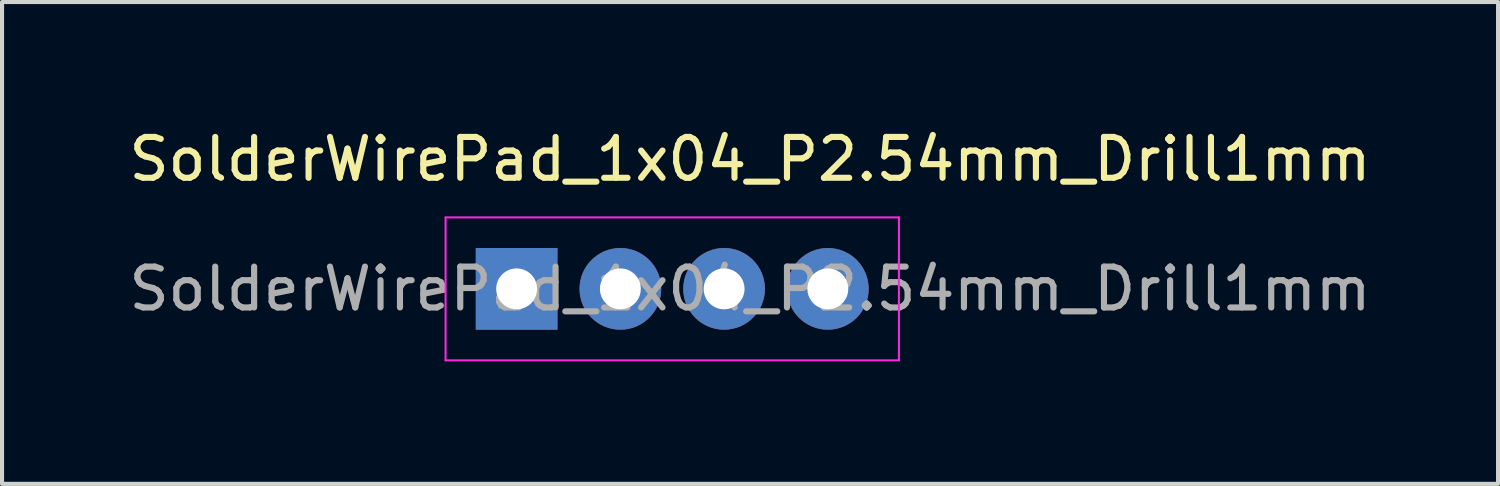
<source format=kicad_pcb>
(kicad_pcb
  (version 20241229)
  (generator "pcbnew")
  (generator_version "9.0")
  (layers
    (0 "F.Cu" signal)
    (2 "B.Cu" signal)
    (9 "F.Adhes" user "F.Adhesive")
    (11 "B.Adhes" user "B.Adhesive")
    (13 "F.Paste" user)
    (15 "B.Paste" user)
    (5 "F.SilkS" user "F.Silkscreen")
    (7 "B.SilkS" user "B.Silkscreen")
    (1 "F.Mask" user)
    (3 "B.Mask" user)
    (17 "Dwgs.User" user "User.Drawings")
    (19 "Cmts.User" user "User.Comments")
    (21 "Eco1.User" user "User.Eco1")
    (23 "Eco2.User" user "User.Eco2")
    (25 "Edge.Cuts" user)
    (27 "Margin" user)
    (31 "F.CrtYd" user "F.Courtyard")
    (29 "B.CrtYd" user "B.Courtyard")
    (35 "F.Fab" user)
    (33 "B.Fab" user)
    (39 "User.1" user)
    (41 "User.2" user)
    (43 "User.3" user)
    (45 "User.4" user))
  (footprint "SolderWirePad_1x04_P2.54mm_Drill1mm"
    (layer "F.Cu")
    (at 9.6 4.023)
    (property "Reference" "SolderWirePad_1x04_P2.54mm_Drill1mm" (at 5.715 -3.175 0) (layer "F.SilkS") (effects (font (size 1 1) (thickness 0.15))))
    (attr exclude_from_pos_files exclude_from_bom)
    (fp_line (start -1.74 -1.75) (end -1.74 1.75) (stroke (width 0.05) (type solid)) (layer "F.CrtYd"))
    (fp_line (start -1.74 -1.75) (end 9.36 -1.75) (stroke (width 0.05) (type solid)) (layer "F.CrtYd"))
    (fp_line (start 9.36 1.75) (end -1.74 1.75) (stroke (width 0.05) (type solid)) (layer "F.CrtYd"))
    (fp_line (start 9.36 1.75) (end 9.36 -1.75) (stroke (width 0.05) (type solid)) (layer "F.CrtYd"))
    (fp_text user "${REFERENCE}" (at 5.715 0 0) (layer "F.Fab") (effects (font (size 1 1) (thickness 0.15))))
    (pad "1" thru_hole rect (at 0 0) (size 2 2) (drill 1.001) (layers "*.Cu" "*.Mask"))
    (pad "2" thru_hole circle (at 2.54 0) (size 2 2) (drill 1.001) (layers "*.Cu" "*.Mask"))
    (pad "3" thru_hole circle (at 5.08 0) (size 2 2) (drill 1.001) (layers "*.Cu" "*.Mask"))
    (pad "4" thru_hole circle (at 7.62 0) (size 2 2) (drill 1.001) (layers "*.Cu" "*.Mask")))
  (gr_rect
    (start -3 -3)
    (end 33.631 8.798)
    (stroke (width 0.1) (type default))
    (fill no)
    (layer "Edge.Cuts")))
</source>
